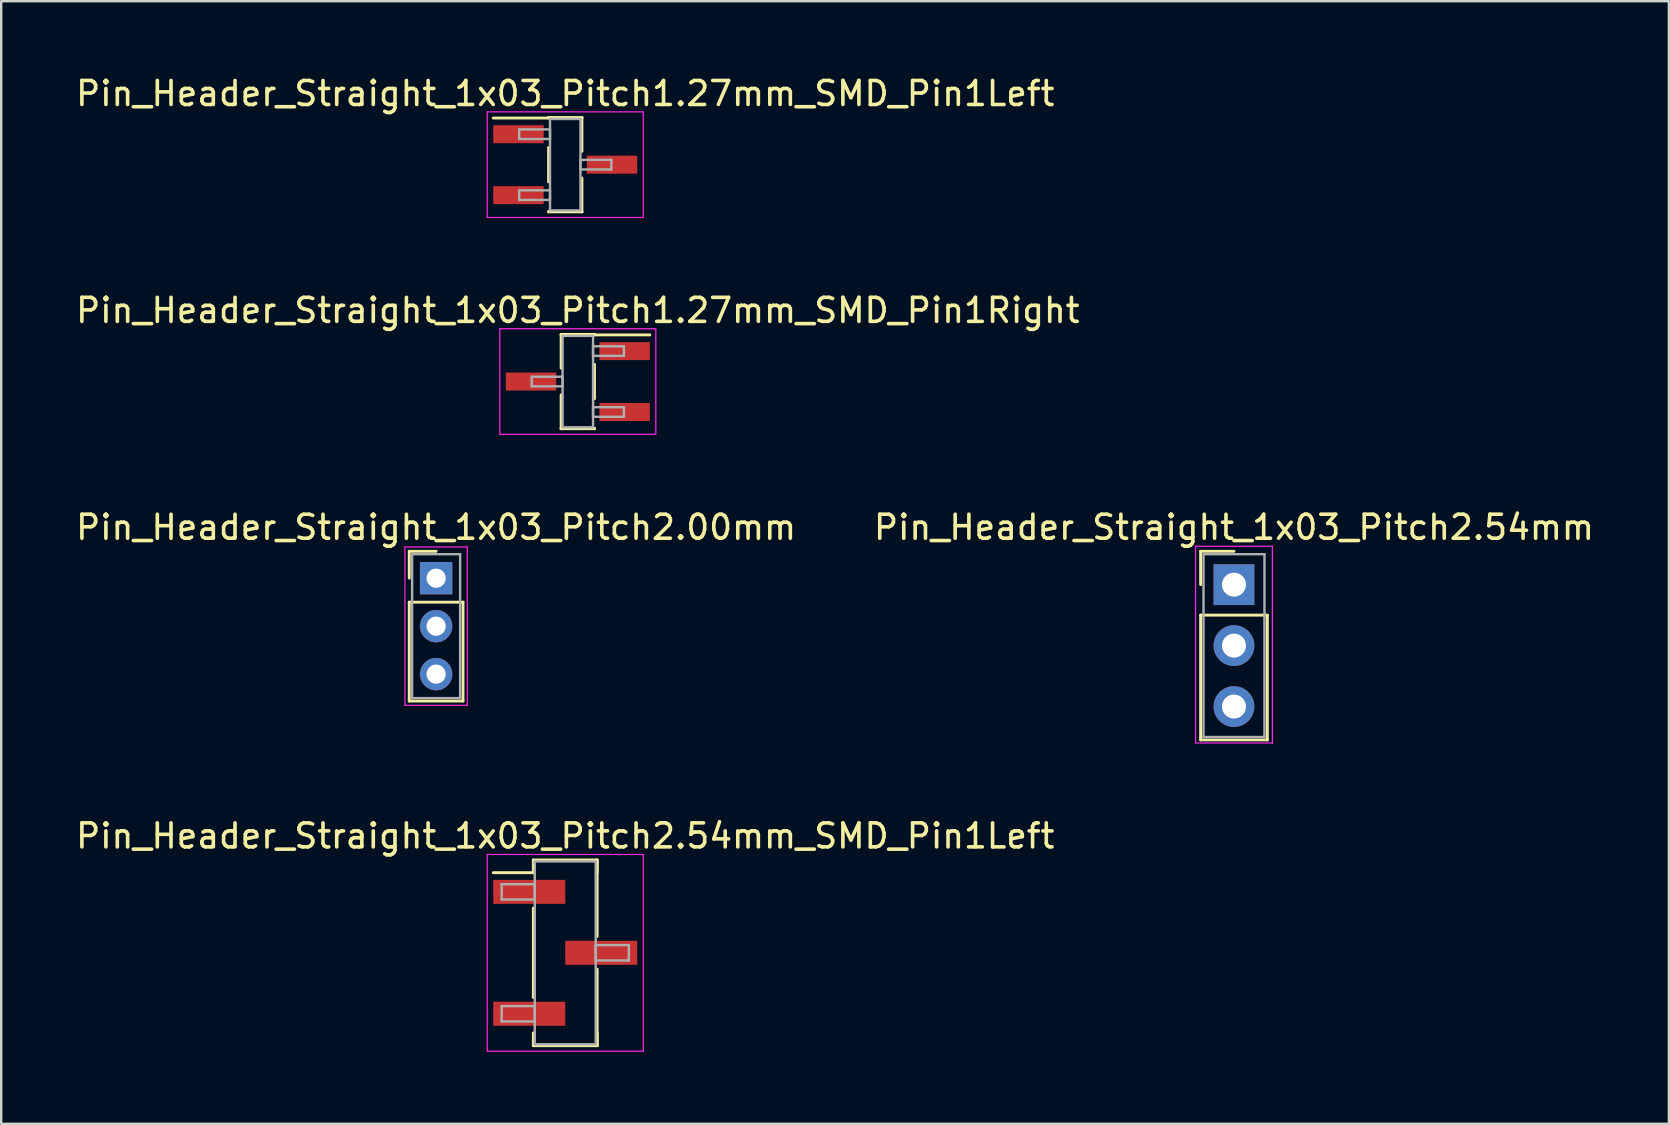
<source format=kicad_pcb>
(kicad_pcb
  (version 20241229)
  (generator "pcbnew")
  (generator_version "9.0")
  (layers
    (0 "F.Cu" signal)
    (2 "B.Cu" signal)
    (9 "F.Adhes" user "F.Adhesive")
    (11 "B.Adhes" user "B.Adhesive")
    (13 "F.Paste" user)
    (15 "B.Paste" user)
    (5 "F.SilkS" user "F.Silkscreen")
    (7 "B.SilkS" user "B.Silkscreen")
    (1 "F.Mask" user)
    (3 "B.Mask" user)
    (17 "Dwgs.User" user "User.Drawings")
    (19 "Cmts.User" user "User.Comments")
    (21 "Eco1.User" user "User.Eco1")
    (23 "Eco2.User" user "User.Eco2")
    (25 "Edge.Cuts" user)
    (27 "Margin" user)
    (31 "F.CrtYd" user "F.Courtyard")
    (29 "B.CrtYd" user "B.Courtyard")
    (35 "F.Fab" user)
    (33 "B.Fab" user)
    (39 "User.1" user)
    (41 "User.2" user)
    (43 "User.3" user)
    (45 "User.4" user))
  (footprint "Pin_Header_Straight_1x03_Pitch2.00mm"
    (layer "F.Cu")
    (at 15.125 21.045)
    (property "Reference" "Pin_Header_Straight_1x03_Pitch2.00mm" (at 0 -2.12 0) (layer "F.SilkS") (effects (font (size 1 1) (thickness 0.15))))
    (attr through_hole)
    (fp_line (start -1.12 -1.12) (end 0 -1.12) (stroke (width 0.12) (type solid)) (layer "F.SilkS"))
    (fp_line (start -1.12 0) (end -1.12 -1.12) (stroke (width 0.12) (type solid)) (layer "F.SilkS"))
    (fp_line (start -1.12 1) (end -1.12 5.12) (stroke (width 0.12) (type solid)) (layer "F.SilkS"))
    (fp_line (start -1.12 5.12) (end 1.12 5.12) (stroke (width 0.12) (type solid)) (layer "F.SilkS"))
    (fp_line (start 1.12 1) (end -1.12 1) (stroke (width 0.12) (type solid)) (layer "F.SilkS"))
    (fp_line (start 1.12 5.12) (end 1.12 1) (stroke (width 0.12) (type solid)) (layer "F.SilkS"))
    (fp_line (start -1.3 -1.3) (end -1.3 5.3) (stroke (width 0.05) (type solid)) (layer "F.CrtYd"))
    (fp_line (start -1.3 5.3) (end 1.3 5.3) (stroke (width 0.05) (type solid)) (layer "F.CrtYd"))
    (fp_line (start 1.3 -1.3) (end -1.3 -1.3) (stroke (width 0.05) (type solid)) (layer "F.CrtYd"))
    (fp_line (start 1.3 5.3) (end 1.3 -1.3) (stroke (width 0.05) (type solid)) (layer "F.CrtYd"))
    (fp_line (start -1 -1) (end -1 5) (stroke (width 0.1) (type solid)) (layer "F.Fab"))
    (fp_line (start -1 5) (end 1 5) (stroke (width 0.1) (type solid)) (layer "F.Fab"))
    (fp_line (start 1 -1) (end -1 -1) (stroke (width 0.1) (type solid)) (layer "F.Fab"))
    (fp_line (start 1 5) (end 1 -1) (stroke (width 0.1) (type solid)) (layer "F.Fab"))
    (pad "1" thru_hole rect (at 0 0) (size 1.35 1.35) (drill 0.8) (layers "*.Cu" "*.Mask"))
    (pad "2" thru_hole oval (at 0 2) (size 1.35 1.35) (drill 0.8) (layers "*.Cu" "*.Mask"))
    (pad "3" thru_hole oval (at 0 4) (size 1.35 1.35) (drill 0.8) (layers "*.Cu" "*.Mask")))
  (footprint "Pin_Header_Straight_1x03_Pitch1.27mm_SMD_Pin1Left"
    (layer "F.Cu")
    (at 20.506 3.813)
    (property "Reference" "Pin_Header_Straight_1x03_Pitch1.27mm_SMD_Pin1Left" (at 0 -2.965 0) (layer "F.SilkS") (effects (font (size 1 1) (thickness 0.15))))
    (attr smd)
    (fp_line (start -0.695 -1.965) (end 0.695 -1.965) (stroke (width 0.12) (type solid)) (layer "F.SilkS"))
    (fp_line (start -0.695 -1.945) (end -3 -1.945) (stroke (width 0.12) (type solid)) (layer "F.SilkS"))
    (fp_line (start -0.695 -1.945) (end -0.695 -1.965) (stroke (width 0.12) (type solid)) (layer "F.SilkS"))
    (fp_line (start -0.695 -0.715) (end -0.695 0.715) (stroke (width 0.12) (type solid)) (layer "F.SilkS"))
    (fp_line (start -0.695 1.945) (end -0.695 1.965) (stroke (width 0.12) (type solid)) (layer "F.SilkS"))
    (fp_line (start -0.695 1.965) (end 0.695 1.965) (stroke (width 0.12) (type solid)) (layer "F.SilkS"))
    (fp_line (start 0.695 -1.965) (end 0.695 -1.945) (stroke (width 0.12) (type solid)) (layer "F.SilkS"))
    (fp_line (start 0.695 -1.965) (end 0.695 -0.555) (stroke (width 0.12) (type solid)) (layer "F.SilkS"))
    (fp_line (start 0.695 0.555) (end 0.695 1.965) (stroke (width 0.12) (type solid)) (layer "F.SilkS"))
    (fp_line (start 0.695 1.965) (end 0.695 1.945) (stroke (width 0.12) (type solid)) (layer "F.SilkS"))
    (fp_line (start -3.25 -2.2) (end -3.25 2.2) (stroke (width 0.05) (type solid)) (layer "F.CrtYd"))
    (fp_line (start -3.25 2.2) (end 3.25 2.2) (stroke (width 0.05) (type solid)) (layer "F.CrtYd"))
    (fp_line (start 3.25 -2.2) (end -3.25 -2.2) (stroke (width 0.05) (type solid)) (layer "F.CrtYd"))
    (fp_line (start 3.25 2.2) (end 3.25 -2.2) (stroke (width 0.05) (type solid)) (layer "F.CrtYd"))
    (fp_line (start -1.92 -1.47) (end -0.635 -1.47) (stroke (width 0.1) (type solid)) (layer "F.Fab"))
    (fp_line (start -1.92 -1.07) (end -1.92 -1.47) (stroke (width 0.1) (type solid)) (layer "F.Fab"))
    (fp_line (start -1.92 1.07) (end -0.635 1.07) (stroke (width 0.1) (type solid)) (layer "F.Fab"))
    (fp_line (start -1.92 1.47) (end -1.92 1.07) (stroke (width 0.1) (type solid)) (layer "F.Fab"))
    (fp_line (start -0.635 -1.905) (end -0.635 1.905) (stroke (width 0.1) (type solid)) (layer "F.Fab"))
    (fp_line (start -0.635 -1.47) (end -0.635 -1.07) (stroke (width 0.1) (type solid)) (layer "F.Fab"))
    (fp_line (start -0.635 -1.07) (end -1.92 -1.07) (stroke (width 0.1) (type solid)) (layer "F.Fab"))
    (fp_line (start -0.635 1.07) (end -0.635 1.47) (stroke (width 0.1) (type solid)) (layer "F.Fab"))
    (fp_line (start -0.635 1.47) (end -1.92 1.47) (stroke (width 0.1) (type solid)) (layer "F.Fab"))
    (fp_line (start -0.635 1.905) (end 0.635 1.905) (stroke (width 0.1) (type solid)) (layer "F.Fab"))
    (fp_line (start 0.635 -1.905) (end -0.635 -1.905) (stroke (width 0.1) (type solid)) (layer "F.Fab"))
    (fp_line (start 0.635 -0.2) (end 0.635 0.2) (stroke (width 0.1) (type solid)) (layer "F.Fab"))
    (fp_line (start 0.635 0.2) (end 1.92 0.2) (stroke (width 0.1) (type solid)) (layer "F.Fab"))
    (fp_line (start 0.635 1.905) (end 0.635 -1.905) (stroke (width 0.1) (type solid)) (layer "F.Fab"))
    (fp_line (start 1.92 -0.2) (end 0.635 -0.2) (stroke (width 0.1) (type solid)) (layer "F.Fab"))
    (fp_line (start 1.92 0.2) (end 1.92 -0.2) (stroke (width 0.1) (type solid)) (layer "F.Fab"))
    (pad "1" smd rect (at -1.95 -1.27) (size 2.1 0.75) (layers "F.Cu" "F.Mask"))
    (pad "2" smd rect (at 1.95 0) (size 2.1 0.75) (layers "F.Cu" "F.Mask"))
    (pad "3" smd rect (at -1.95 1.27) (size 2.1 0.75) (layers "F.Cu" "F.Mask")))
  (footprint "Pin_Header_Straight_1x03_Pitch1.27mm_SMD_Pin1Right"
    (layer "F.Cu")
    (at 21.03 12.851)
    (property "Reference" "Pin_Header_Straight_1x03_Pitch1.27mm_SMD_Pin1Right" (at 0 -2.965 0) (layer "F.SilkS") (effects (font (size 1 1) (thickness 0.15))))
    (attr smd)
    (fp_line (start -0.695 -1.965) (end -0.695 -0.555) (stroke (width 0.12) (type solid)) (layer "F.SilkS"))
    (fp_line (start -0.695 -1.965) (end 0.695 -1.965) (stroke (width 0.12) (type solid)) (layer "F.SilkS"))
    (fp_line (start -0.695 -1.945) (end -0.695 -1.965) (stroke (width 0.12) (type solid)) (layer "F.SilkS"))
    (fp_line (start -0.695 0.555) (end -0.695 1.965) (stroke (width 0.12) (type solid)) (layer "F.SilkS"))
    (fp_line (start -0.695 1.945) (end -0.695 1.965) (stroke (width 0.12) (type solid)) (layer "F.SilkS"))
    (fp_line (start -0.695 1.965) (end 0.695 1.965) (stroke (width 0.12) (type solid)) (layer "F.SilkS"))
    (fp_line (start 0.695 -1.965) (end 0.695 -1.945) (stroke (width 0.12) (type solid)) (layer "F.SilkS"))
    (fp_line (start 0.695 -1.945) (end 3 -1.945) (stroke (width 0.12) (type solid)) (layer "F.SilkS"))
    (fp_line (start 0.695 -0.715) (end 0.695 0.715) (stroke (width 0.12) (type solid)) (layer "F.SilkS"))
    (fp_line (start 0.695 1.965) (end 0.695 1.945) (stroke (width 0.12) (type solid)) (layer "F.SilkS"))
    (fp_line (start -3.25 -2.2) (end -3.25 2.2) (stroke (width 0.05) (type solid)) (layer "F.CrtYd"))
    (fp_line (start -3.25 2.2) (end 3.25 2.2) (stroke (width 0.05) (type solid)) (layer "F.CrtYd"))
    (fp_line (start 3.25 -2.2) (end -3.25 -2.2) (stroke (width 0.05) (type solid)) (layer "F.CrtYd"))
    (fp_line (start 3.25 2.2) (end 3.25 -2.2) (stroke (width 0.05) (type solid)) (layer "F.CrtYd"))
    (fp_line (start -1.92 -0.2) (end -0.635 -0.2) (stroke (width 0.1) (type solid)) (layer "F.Fab"))
    (fp_line (start -1.92 0.2) (end -1.92 -0.2) (stroke (width 0.1) (type solid)) (layer "F.Fab"))
    (fp_line (start -0.635 -1.905) (end -0.635 1.905) (stroke (width 0.1) (type solid)) (layer "F.Fab"))
    (fp_line (start -0.635 -0.2) (end -0.635 0.2) (stroke (width 0.1) (type solid)) (layer "F.Fab"))
    (fp_line (start -0.635 0.2) (end -1.92 0.2) (stroke (width 0.1) (type solid)) (layer "F.Fab"))
    (fp_line (start -0.635 1.905) (end 0.635 1.905) (stroke (width 0.1) (type solid)) (layer "F.Fab"))
    (fp_line (start 0.635 -1.905) (end -0.635 -1.905) (stroke (width 0.1) (type solid)) (layer "F.Fab"))
    (fp_line (start 0.635 -1.47) (end 0.635 -1.07) (stroke (width 0.1) (type solid)) (layer "F.Fab"))
    (fp_line (start 0.635 -1.07) (end 1.92 -1.07) (stroke (width 0.1) (type solid)) (layer "F.Fab"))
    (fp_line (start 0.635 1.07) (end 0.635 1.47) (stroke (width 0.1) (type solid)) (layer "F.Fab"))
    (fp_line (start 0.635 1.47) (end 1.92 1.47) (stroke (width 0.1) (type solid)) (layer "F.Fab"))
    (fp_line (start 0.635 1.905) (end 0.635 -1.905) (stroke (width 0.1) (type solid)) (layer "F.Fab"))
    (fp_line (start 1.92 -1.47) (end 0.635 -1.47) (stroke (width 0.1) (type solid)) (layer "F.Fab"))
    (fp_line (start 1.92 -1.07) (end 1.92 -1.47) (stroke (width 0.1) (type solid)) (layer "F.Fab"))
    (fp_line (start 1.92 1.07) (end 0.635 1.07) (stroke (width 0.1) (type solid)) (layer "F.Fab"))
    (fp_line (start 1.92 1.47) (end 1.92 1.07) (stroke (width 0.1) (type solid)) (layer "F.Fab"))
    (pad "1" smd rect (at 1.95 -1.27) (size 2.1 0.75) (layers "F.Cu" "F.Mask"))
    (pad "2" smd rect (at -1.95 0) (size 2.1 0.75) (layers "F.Cu" "F.Mask"))
    (pad "3" smd rect (at 1.95 1.27) (size 2.1 0.75) (layers "F.Cu" "F.Mask")))
  (footprint "Pin_Header_Straight_1x03_Pitch2.54mm"
    (layer "F.Cu")
    (at 48.375 21.315)
    (property "Reference" "Pin_Header_Straight_1x03_Pitch2.54mm" (at 0 -2.39 0) (layer "F.SilkS") (effects (font (size 1 1) (thickness 0.15))))
    (attr through_hole)
    (fp_line (start -1.39 -1.39) (end 0 -1.39) (stroke (width 0.12) (type solid)) (layer "F.SilkS"))
    (fp_line (start -1.39 0) (end -1.39 -1.39) (stroke (width 0.12) (type solid)) (layer "F.SilkS"))
    (fp_line (start -1.39 1.27) (end -1.39 6.47) (stroke (width 0.12) (type solid)) (layer "F.SilkS"))
    (fp_line (start -1.39 6.47) (end 1.39 6.47) (stroke (width 0.12) (type solid)) (layer "F.SilkS"))
    (fp_line (start 1.39 1.27) (end -1.39 1.27) (stroke (width 0.12) (type solid)) (layer "F.SilkS"))
    (fp_line (start 1.39 6.47) (end 1.39 1.27) (stroke (width 0.12) (type solid)) (layer "F.SilkS"))
    (fp_line (start -1.6 -1.6) (end -1.6 6.6) (stroke (width 0.05) (type solid)) (layer "F.CrtYd"))
    (fp_line (start -1.6 6.6) (end 1.6 6.6) (stroke (width 0.05) (type solid)) (layer "F.CrtYd"))
    (fp_line (start 1.6 -1.6) (end -1.6 -1.6) (stroke (width 0.05) (type solid)) (layer "F.CrtYd"))
    (fp_line (start 1.6 6.6) (end 1.6 -1.6) (stroke (width 0.05) (type solid)) (layer "F.CrtYd"))
    (fp_line (start -1.27 -1.27) (end -1.27 6.35) (stroke (width 0.1) (type solid)) (layer "F.Fab"))
    (fp_line (start -1.27 6.35) (end 1.27 6.35) (stroke (width 0.1) (type solid)) (layer "F.Fab"))
    (fp_line (start 1.27 -1.27) (end -1.27 -1.27) (stroke (width 0.1) (type solid)) (layer "F.Fab"))
    (fp_line (start 1.27 6.35) (end 1.27 -1.27) (stroke (width 0.1) (type solid)) (layer "F.Fab"))
    (pad "1" thru_hole rect (at 0 0) (size 1.7 1.7) (drill 1) (layers "*.Cu" "*.Mask"))
    (pad "2" thru_hole oval (at 0 2.54) (size 1.7 1.7) (drill 1) (layers "*.Cu" "*.Mask"))
    (pad "3" thru_hole oval (at 0 5.08) (size 1.7 1.7) (drill 1) (layers "*.Cu" "*.Mask")))
  (footprint "Pin_Header_Straight_1x03_Pitch2.54mm_SMD_Pin1Left"
    (layer "F.Cu")
    (at 20.506 36.658)
    (property "Reference" "Pin_Header_Straight_1x03_Pitch2.54mm_SMD_Pin1Left" (at 0 -4.87 0) (layer "F.SilkS") (effects (font (size 1 1) (thickness 0.15))))
    (attr smd)
    (fp_line (start -1.33 -3.87) (end 1.33 -3.87) (stroke (width 0.12) (type solid)) (layer "F.SilkS"))
    (fp_line (start -1.33 -3.34) (end -3 -3.34) (stroke (width 0.12) (type solid)) (layer "F.SilkS"))
    (fp_line (start -1.33 -3.34) (end -1.33 -3.87) (stroke (width 0.12) (type solid)) (layer "F.SilkS"))
    (fp_line (start -1.33 -1.86) (end -1.33 1.86) (stroke (width 0.12) (type solid)) (layer "F.SilkS"))
    (fp_line (start -1.33 3.34) (end -1.33 3.87) (stroke (width 0.12) (type solid)) (layer "F.SilkS"))
    (fp_line (start -1.33 3.87) (end 1.33 3.87) (stroke (width 0.12) (type solid)) (layer "F.SilkS"))
    (fp_line (start 1.33 -3.87) (end 1.33 -3.34) (stroke (width 0.12) (type solid)) (layer "F.SilkS"))
    (fp_line (start 1.33 -3.87) (end 1.33 -0.68) (stroke (width 0.12) (type solid)) (layer "F.SilkS"))
    (fp_line (start 1.33 0.68) (end 1.33 3.87) (stroke (width 0.12) (type solid)) (layer "F.SilkS"))
    (fp_line (start 1.33 3.87) (end 1.33 3.34) (stroke (width 0.12) (type solid)) (layer "F.SilkS"))
    (fp_line (start -3.25 -4.1) (end -3.25 4.1) (stroke (width 0.05) (type solid)) (layer "F.CrtYd"))
    (fp_line (start -3.25 4.1) (end 3.25 4.1) (stroke (width 0.05) (type solid)) (layer "F.CrtYd"))
    (fp_line (start 3.25 -4.1) (end -3.25 -4.1) (stroke (width 0.05) (type solid)) (layer "F.CrtYd"))
    (fp_line (start 3.25 4.1) (end 3.25 -4.1) (stroke (width 0.05) (type solid)) (layer "F.CrtYd"))
    (fp_line (start -2.65 -2.86) (end -1.27 -2.86) (stroke (width 0.1) (type solid)) (layer "F.Fab"))
    (fp_line (start -2.65 -2.22) (end -2.65 -2.86) (stroke (width 0.1) (type solid)) (layer "F.Fab"))
    (fp_line (start -2.65 2.22) (end -1.27 2.22) (stroke (width 0.1) (type solid)) (layer "F.Fab"))
    (fp_line (start -2.65 2.86) (end -2.65 2.22) (stroke (width 0.1) (type solid)) (layer "F.Fab"))
    (fp_line (start -1.27 -3.81) (end -1.27 3.81) (stroke (width 0.1) (type solid)) (layer "F.Fab"))
    (fp_line (start -1.27 -2.86) (end -1.27 -2.22) (stroke (width 0.1) (type solid)) (layer "F.Fab"))
    (fp_line (start -1.27 -2.22) (end -2.65 -2.22) (stroke (width 0.1) (type solid)) (layer "F.Fab"))
    (fp_line (start -1.27 2.22) (end -1.27 2.86) (stroke (width 0.1) (type solid)) (layer "F.Fab"))
    (fp_line (start -1.27 2.86) (end -2.65 2.86) (stroke (width 0.1) (type solid)) (layer "F.Fab"))
    (fp_line (start -1.27 3.81) (end 1.27 3.81) (stroke (width 0.1) (type solid)) (layer "F.Fab"))
    (fp_line (start 1.27 -3.81) (end -1.27 -3.81) (stroke (width 0.1) (type solid)) (layer "F.Fab"))
    (fp_line (start 1.27 -0.32) (end 1.27 0.32) (stroke (width 0.1) (type solid)) (layer "F.Fab"))
    (fp_line (start 1.27 0.32) (end 2.65 0.32) (stroke (width 0.1) (type solid)) (layer "F.Fab"))
    (fp_line (start 1.27 3.81) (end 1.27 -3.81) (stroke (width 0.1) (type solid)) (layer "F.Fab"))
    (fp_line (start 2.65 -0.32) (end 1.27 -0.32) (stroke (width 0.1) (type solid)) (layer "F.Fab"))
    (fp_line (start 2.65 0.32) (end 2.65 -0.32) (stroke (width 0.1) (type solid)) (layer "F.Fab"))
    (pad "1" smd rect (at -1.5 -2.54) (size 3 1) (layers "F.Cu" "F.Mask"))
    (pad "2" smd rect (at 1.5 0) (size 3 1) (layers "F.Cu" "F.Mask"))
    (pad "3" smd rect (at -1.5 2.54) (size 3 1) (layers "F.Cu" "F.Mask")))
  (gr_rect
    (start -3 -3)
    (end 66.5 43.783)
    (stroke (width 0.1) (type default))
    (fill no)
    (layer "Edge.Cuts")))
</source>
